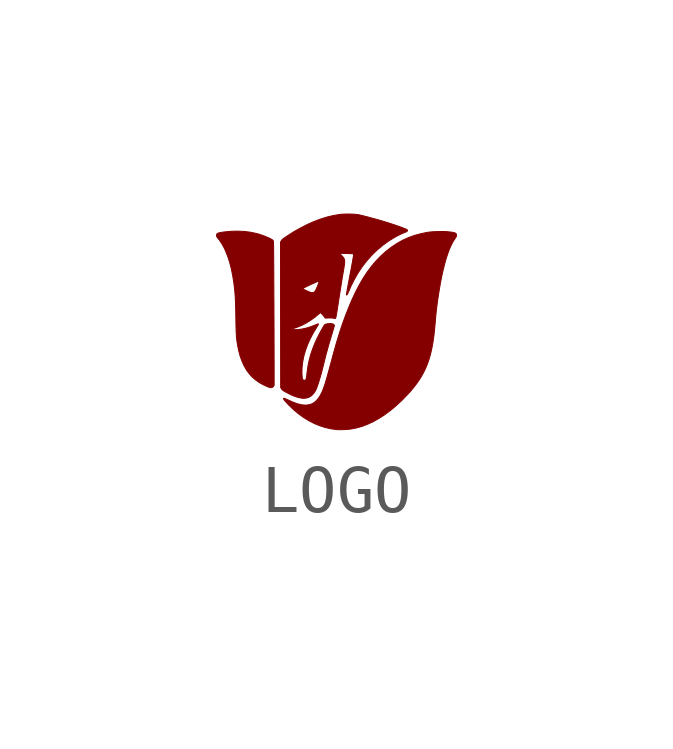
<source format=kicad_sym>
(kicad_symbol_lib
  (version 20220914)
  (generator "bitmap2component")
  (generator_version "8.0")
  (symbol "LOGO"
    (pin_names
      (offset 1.016))
    (property "Reference" "#G"
      (at 0 1.613 0)
      (effects (font (size 1.27 1.27)) hide))
    (symbol "LOGO_0_0"
      (polyline (pts (xy 0.129 -2.244) (xy 0.188 -2.242) (xy 0.245 -2.237) (xy 0.298 -2.231) (xy 0.299 -2.231) (xy 0.418 -2.208) (xy 0.537 -2.174) (xy 0.656 -2.128) (xy 0.775 -2.072) (xy 0.894 -2.004) (xy 1.014 -1.926) (xy 1.133 -1.837) (xy 1.251 -1.737) (xy 1.37 -1.627) (xy 1.487 -1.505) (xy 1.539 -1.448) (xy 1.615 -1.357) (xy 1.684 -1.266) (xy 1.746 -1.173) (xy 1.801 -1.078) (xy 1.85 -0.98) (xy 1.893 -0.878) (xy 1.93 -0.771) (xy 1.962 -0.658) (xy 1.989 -0.537) (xy 2.012 -0.409) (xy 2.031 -0.273) (xy 2.046 -0.126) (xy 2.046 -0.122) (xy 2.05 -0.077) (xy 2.055 -0.029) (xy 2.059 0.02) (xy 2.063 0.064) (xy 2.066 0.101) (xy 2.072 0.165) (xy 2.083 0.264) (xy 2.096 0.369) (xy 2.111 0.479) (xy 2.128 0.589) (xy 2.146 0.699) (xy 2.164 0.804) (xy 2.165 0.81) (xy 2.193 0.954) (xy 2.223 1.088) (xy 2.254 1.211) (xy 2.286 1.325) (xy 2.32 1.428) (xy 2.355 1.521) (xy 2.391 1.603) (xy 2.429 1.674) (xy 2.467 1.734) (xy 2.468 1.735) (xy 2.484 1.758) (xy 2.494 1.775) (xy 2.499 1.789) (xy 2.5 1.801) (xy 2.5 1.811) (xy 2.497 1.826) (xy 2.491 1.838) (xy 2.48 1.847) (xy 2.464 1.855) (xy 2.441 1.862) (xy 2.409 1.868) (xy 2.369 1.873) (xy 2.319 1.878) (xy 2.31 1.879) (xy 2.268 1.882) (xy 2.218 1.883) (xy 2.163 1.883) (xy 2.106 1.882) (xy 2.05 1.88) (xy 1.996 1.877) (xy 1.948 1.873) (xy 1.909 1.868) (xy 1.901 1.867) (xy 1.762 1.839) (xy 1.628 1.803) (xy 1.499 1.756) (xy 1.375 1.7) (xy 1.256 1.633) (xy 1.141 1.556) (xy 1.029 1.469) (xy 0.921 1.371) (xy 0.916 1.367) (xy 0.82 1.267) (xy 0.728 1.158) (xy 0.64 1.04) (xy 0.556 0.912) (xy 0.476 0.774) (xy 0.399 0.626) (xy 0.325 0.468) (xy 0.273 0.348) (xy 0.224 0.226) (xy 0.176 0.102) (xy 0.13 -0.025) (xy 0.085 -0.157) (xy 0.042 -0.294) (xy -0.002 -0.438) (xy -0.045 -0.591) (xy -0.09 -0.754) (xy -0.112 -0.839) (xy -0.138 -0.933) (xy -0.161 -1.019) (xy -0.182 -1.095) (xy -0.201 -1.163) (xy -0.219 -1.223) (xy -0.235 -1.277) (xy -0.251 -1.324) (xy -0.265 -1.366) (xy -0.279 -1.403) (xy -0.292 -1.437) (xy -0.305 -1.467) (xy -0.319 -1.494) (xy -0.332 -1.519) (xy -0.346 -1.543) (xy -0.361 -1.567) (xy -0.396 -1.614) (xy -0.436 -1.656) (xy -0.48 -1.689) (xy -0.528 -1.713) (xy -0.58 -1.727) (xy -0.636 -1.733) (xy -0.698 -1.73) (xy -0.765 -1.718) (xy -0.838 -1.697) (xy -0.917 -1.667) (xy -1.003 -1.628) (xy -1.026 -1.617) (xy -1.052 -1.605) (xy -1.074 -1.596) (xy -1.09 -1.59) (xy -1.097 -1.589) (xy -1.102 -1.592) (xy -1.104 -1.599) (xy -1.1 -1.61) (xy -1.089 -1.626) (xy -1.072 -1.648) (xy -1.046 -1.676) (xy -0.995 -1.732) (xy -0.896 -1.827) (xy -0.792 -1.913) (xy -0.686 -1.99) (xy -0.576 -2.058) (xy -0.463 -2.116) (xy -0.349 -2.163) (xy -0.232 -2.2) (xy -0.115 -2.227) (xy 0.003 -2.242) (xy 0.021 -2.244) (xy 0.072 -2.245) (xy 0.129 -2.244)) (stroke (width 0.01) (type default)) (fill (type outline)))
      (polyline (pts (xy -0.659 -1.59) (xy -0.633 -1.586) (xy -0.612 -1.582) (xy -0.569 -1.567) (xy -0.531 -1.544) (xy -0.495 -1.512) (xy -0.462 -1.47) (xy -0.458 -1.465) (xy -0.446 -1.446) (xy -0.435 -1.427) (xy -0.425 -1.407) (xy -0.415 -1.383) (xy -0.404 -1.353) (xy -0.391 -1.316) (xy -0.376 -1.271) (xy -0.362 -1.228) (xy -0.336 -1.139) (xy -0.308 -1.041) (xy -0.281 -0.934) (xy -0.252 -0.818) (xy -0.242 -0.775) (xy -0.218 -0.681) (xy -0.19 -0.579) (xy -0.16 -0.47) (xy -0.126 -0.356) (xy -0.09 -0.237) (xy -0.09 -0.237) (xy -0.078 -0.197) (xy -0.067 -0.161) (xy -0.058 -0.129) (xy -0.051 -0.104) (xy -0.046 -0.086) (xy -0.045 -0.077) (xy -0.045 -0.071) (xy -0.054 -0.055) (xy -0.072 -0.043) (xy -0.1 -0.036) (xy -0.138 -0.034) (xy -0.161 -0.035) (xy -0.187 -0.039) (xy -0.212 -0.044) (xy -0.232 -0.051) (xy -0.245 -0.057) (xy -0.246 -0.058) (xy -0.255 -0.069) (xy -0.267 -0.088) (xy -0.283 -0.114) (xy -0.301 -0.146) (xy -0.321 -0.182) (xy -0.342 -0.22) (xy -0.363 -0.26) (xy -0.383 -0.3) (xy -0.402 -0.338) (xy -0.419 -0.373) (xy -0.448 -0.437) (xy -0.498 -0.563) (xy -0.54 -0.687) (xy -0.572 -0.809) (xy -0.597 -0.933) (xy -0.614 -1.06) (xy -0.617 -1.094) (xy -0.622 -1.134) (xy -0.627 -1.164) (xy -0.633 -1.186) (xy -0.639 -1.201) (xy -0.647 -1.21) (xy -0.656 -1.215) (xy -0.668 -1.216) (xy -0.683 -1.213) (xy -0.698 -1.204) (xy -0.703 -1.198) (xy -0.708 -1.192) (xy -0.711 -1.182) (xy -0.713 -1.167) (xy -0.715 -1.145) (xy -0.717 -1.115) (xy -0.72 -1.069) (xy -0.718 -0.955) (xy -0.705 -0.838) (xy -0.682 -0.719) (xy -0.648 -0.599) (xy -0.604 -0.478) (xy -0.55 -0.356) (xy -0.485 -0.233) (xy -0.411 -0.11) (xy -0.409 -0.108) (xy -0.392 -0.079) (xy -0.381 -0.059) (xy -0.376 -0.046) (xy -0.378 -0.041) (xy -0.385 -0.041) (xy -0.388 -0.042) (xy -0.4 -0.046) (xy -0.419 -0.054) (xy -0.444 -0.064) (xy -0.472 -0.075) (xy -0.541 -0.102) (xy -0.63 -0.129) (xy -0.715 -0.148) (xy -0.796 -0.159) (xy -0.871 -0.161) (xy -0.892 -0.161) (xy -0.917 -0.158) (xy -0.932 -0.155) (xy -0.936 -0.151) (xy -0.93 -0.146) (xy -0.913 -0.14) (xy -0.873 -0.129) (xy -0.79 -0.1) (xy -0.705 -0.062) (xy -0.619 -0.016) (xy -0.535 0.037) (xy -0.453 0.095) (xy -0.377 0.159) (xy -0.371 0.164) (xy -0.354 0.177) (xy -0.34 0.187) (xy -0.331 0.191) (xy -0.326 0.188) (xy -0.314 0.177) (xy -0.297 0.159) (xy -0.277 0.135) (xy -0.233 0.079) (xy -0.166 0.082) (xy -0.146 0.083) (xy -0.113 0.083) (xy -0.086 0.081) (xy -0.063 0.077) (xy -0.043 0.073) (xy -0.028 0.072) (xy -0.02 0.075) (xy -0.018 0.078) (xy -0.014 0.089) (xy -0.01 0.107) (xy -0.005 0.133) (xy 0.001 0.169) (xy 0.009 0.213) (xy 0.018 0.268) (xy 0.028 0.334) (xy 0.044 0.439) (xy 0.059 0.536) (xy 0.073 0.624) (xy 0.086 0.703) (xy 0.097 0.774) (xy 0.107 0.838) (xy 0.116 0.896) (xy 0.125 0.948) (xy 0.133 0.996) (xy 0.14 1.039) (xy 0.147 1.079) (xy 0.156 1.131) (xy 0.163 1.177) (xy 0.168 1.213) (xy 0.17 1.243) (xy 0.17 1.267) (xy 0.168 1.287) (xy 0.164 1.305) (xy 0.157 1.32) (xy 0.148 1.336) (xy 0.13 1.359) (xy 0.109 1.383) (xy 0.087 1.404) (xy 0.067 1.42) (xy 0.064 1.423) (xy 0.062 1.425) (xy 0.065 1.427) (xy 0.073 1.428) (xy 0.088 1.428) (xy 0.11 1.428) (xy 0.141 1.427) (xy 0.182 1.426) (xy 0.227 1.425) (xy 0.267 1.423) (xy 0.297 1.422) (xy 0.32 1.42) (xy 0.336 1.418) (xy 0.347 1.415) (xy 0.353 1.412) (xy 0.356 1.407) (xy 0.357 1.401) (xy 0.357 1.394) (xy 0.354 1.377) (xy 0.349 1.351) (xy 0.343 1.316) (xy 0.336 1.273) (xy 0.327 1.224) (xy 0.317 1.17) (xy 0.306 1.111) (xy 0.294 1.047) (xy 0.281 0.981) (xy 0.269 0.917) (xy 0.257 0.854) (xy 0.246 0.795) (xy 0.236 0.741) (xy 0.227 0.693) (xy 0.22 0.651) (xy 0.214 0.617) (xy 0.209 0.591) (xy 0.207 0.574) (xy 0.206 0.567) (xy 0.208 0.563) (xy 0.214 0.56) (xy 0.221 0.567) (xy 0.231 0.583) (xy 0.243 0.609) (xy 0.259 0.645) (xy 0.302 0.746) (xy 0.374 0.889) (xy 0.453 1.026) (xy 0.54 1.156) (xy 0.635 1.278) (xy 0.738 1.392) (xy 0.847 1.498) (xy 0.963 1.595) (xy 1.085 1.684) (xy 1.214 1.763) (xy 1.235 1.775) (xy 1.277 1.797) (xy 1.321 1.819) (xy 1.364 1.839) (xy 1.405 1.857) (xy 1.438 1.87) (xy 1.462 1.881) (xy 1.476 1.893) (xy 1.48 1.906) (xy 1.472 1.919) (xy 1.467 1.923) (xy 1.451 1.931) (xy 1.426 1.942) (xy 1.393 1.955) (xy 1.353 1.971) (xy 1.306 1.987) (xy 1.255 2.005) (xy 1.201 2.024) (xy 1.143 2.043) (xy 1.084 2.062) (xy 1.024 2.081) (xy 0.964 2.099) (xy 0.906 2.116) (xy 0.869 2.127) (xy 0.815 2.142) (xy 0.759 2.157) (xy 0.703 2.172) (xy 0.649 2.187) (xy 0.597 2.2) (xy 0.551 2.212) (xy 0.51 2.222) (xy 0.478 2.229) (xy 0.454 2.234) (xy 0.442 2.236) (xy 0.406 2.24) (xy 0.363 2.244) (xy 0.314 2.246) (xy 0.263 2.247) (xy 0.211 2.247) (xy 0.161 2.246) (xy 0.117 2.244) (xy 0.079 2.24) (xy 0.069 2.239) (xy -0.062 2.217) (xy -0.197 2.185) (xy -0.334 2.142) (xy -0.473 2.09) (xy -0.613 2.027) (xy -0.755 1.954) (xy -0.898 1.873) (xy -1.041 1.781) (xy -1.059 1.769) (xy -1.087 1.75) (xy -1.108 1.735) (xy -1.123 1.723) (xy -1.134 1.712) (xy -1.142 1.702) (xy -1.149 1.691) (xy -1.166 1.662) (xy -1.165 0.696) (xy -0.694 0.696) (xy -0.689 0.703) (xy -0.684 0.706) (xy -0.67 0.714) (xy -0.648 0.725) (xy -0.621 0.738) (xy -0.59 0.753) (xy -0.556 0.769) (xy -0.521 0.785) (xy -0.486 0.801) (xy -0.454 0.815) (xy -0.426 0.828) (xy -0.403 0.838) (xy -0.387 0.844) (xy -0.379 0.847) (xy -0.377 0.846) (xy -0.37 0.844) (xy -0.367 0.837) (xy -0.368 0.824) (xy -0.374 0.804) (xy -0.384 0.777) (xy -0.398 0.741) (xy -0.413 0.705) (xy -0.428 0.672) (xy -0.442 0.647) (xy -0.455 0.63) (xy -0.468 0.62) (xy -0.481 0.614) (xy -0.493 0.611) (xy -0.504 0.609) (xy -0.509 0.608) (xy -0.519 0.609) (xy -0.533 0.613) (xy -0.554 0.62) (xy -0.581 0.631) (xy -0.617 0.647) (xy -0.645 0.66) (xy -0.67 0.672) (xy -0.685 0.681) (xy -0.693 0.689) (xy -0.694 0.696) (xy -1.165 0.696) (xy -1.165 0.149) (xy -1.163 -1.365) (xy -1.148 -1.391) (xy -1.141 -1.402) (xy -1.131 -1.413) (xy -1.119 -1.423) (xy -1.103 -1.435) (xy -1.081 -1.448) (xy -1.051 -1.465) (xy -1.013 -1.485) (xy -0.941 -1.521) (xy -0.868 -1.551) (xy -0.8 -1.573) (xy -0.737 -1.586) (xy -0.731 -1.587) (xy -0.703 -1.59) (xy -0.681 -1.591) (xy -0.659 -1.59)) (stroke (width 0.01) (type default)) (fill (type outline)))
      (polyline (pts (xy -1.357 -1.37) (xy -1.354 -1.37) (xy -1.329 -1.36) (xy -1.311 -1.343) (xy -1.299 -1.317) (xy -1.299 -1.312) (xy -1.299 -1.295) (xy -1.299 -1.268) (xy -1.299 -1.232) (xy -1.299 -1.185) (xy -1.299 -1.131) (xy -1.299 -1.067) (xy -1.299 -0.996) (xy -1.299 -0.917) (xy -1.299 -0.831) (xy -1.3 -0.738) (xy -1.3 -0.639) (xy -1.3 -0.535) (xy -1.301 -0.425) (xy -1.301 -0.311) (xy -1.301 -0.192) (xy -1.302 -0.07) (xy -1.302 0.056) (xy -1.303 0.185) (xy -1.303 0.325) (xy -1.304 0.469) (xy -1.305 0.601) (xy -1.305 0.724) (xy -1.306 0.837) (xy -1.306 0.94) (xy -1.306 1.035) (xy -1.307 1.122) (xy -1.307 1.2) (xy -1.308 1.271) (xy -1.308 1.334) (xy -1.309 1.391) (xy -1.309 1.441) (xy -1.31 1.486) (xy -1.31 1.524) (xy -1.31 1.558) (xy -1.311 1.586) (xy -1.312 1.61) (xy -1.312 1.63) (xy -1.313 1.647) (xy -1.313 1.66) (xy -1.314 1.67) (xy -1.315 1.678) (xy -1.316 1.684) (xy -1.317 1.688) (xy -1.318 1.691) (xy -1.319 1.694) (xy -1.32 1.695) (xy -1.326 1.702) (xy -1.344 1.715) (xy -1.37 1.73) (xy -1.403 1.747) (xy -1.442 1.764) (xy -1.485 1.782) (xy -1.53 1.799) (xy -1.577 1.815) (xy -1.623 1.83) (xy -1.667 1.842) (xy -1.68 1.845) (xy -1.802 1.87) (xy -1.929 1.885) (xy -2.061 1.891) (xy -2.194 1.888) (xy -2.329 1.875) (xy -2.342 1.874) (xy -2.388 1.867) (xy -2.424 1.861) (xy -2.452 1.854) (xy -2.472 1.847) (xy -2.486 1.838) (xy -2.495 1.828) (xy -2.499 1.815) (xy -2.5 1.8) (xy -2.5 1.794) (xy -2.497 1.78) (xy -2.489 1.766) (xy -2.475 1.748) (xy -2.438 1.702) (xy -2.386 1.624) (xy -2.338 1.537) (xy -2.295 1.439) (xy -2.255 1.333) (xy -2.219 1.217) (xy -2.188 1.093) (xy -2.162 0.961) (xy -2.139 0.82) (xy -2.122 0.673) (xy -2.119 0.642) (xy -2.115 0.599) (xy -2.112 0.556) (xy -2.109 0.513) (xy -2.107 0.467) (xy -2.104 0.418) (xy -2.103 0.365) (xy -2.101 0.306) (xy -2.099 0.239) (xy -2.098 0.164) (xy -2.097 0.079) (xy -2.096 0.071) (xy -2.095 -0.007) (xy -2.094 -0.075) (xy -2.092 -0.135) (xy -2.091 -0.187) (xy -2.089 -0.234) (xy -2.086 -0.275) (xy -2.084 -0.312) (xy -2.08 -0.347) (xy -2.076 -0.381) (xy -2.072 -0.415) (xy -2.066 -0.45) (xy -2.06 -0.488) (xy -2.058 -0.5) (xy -2.035 -0.608) (xy -2.009 -0.707) (xy -1.976 -0.799) (xy -1.939 -0.886) (xy -1.923 -0.918) (xy -1.874 -1.003) (xy -1.818 -1.079) (xy -1.756 -1.148) (xy -1.685 -1.209) (xy -1.607 -1.264) (xy -1.52 -1.312) (xy -1.424 -1.355) (xy -1.417 -1.357) (xy -1.391 -1.366) (xy -1.372 -1.37) (xy -1.357 -1.37)) (stroke (width 0.01) (type default)) (fill (type outline))))))
</source>
